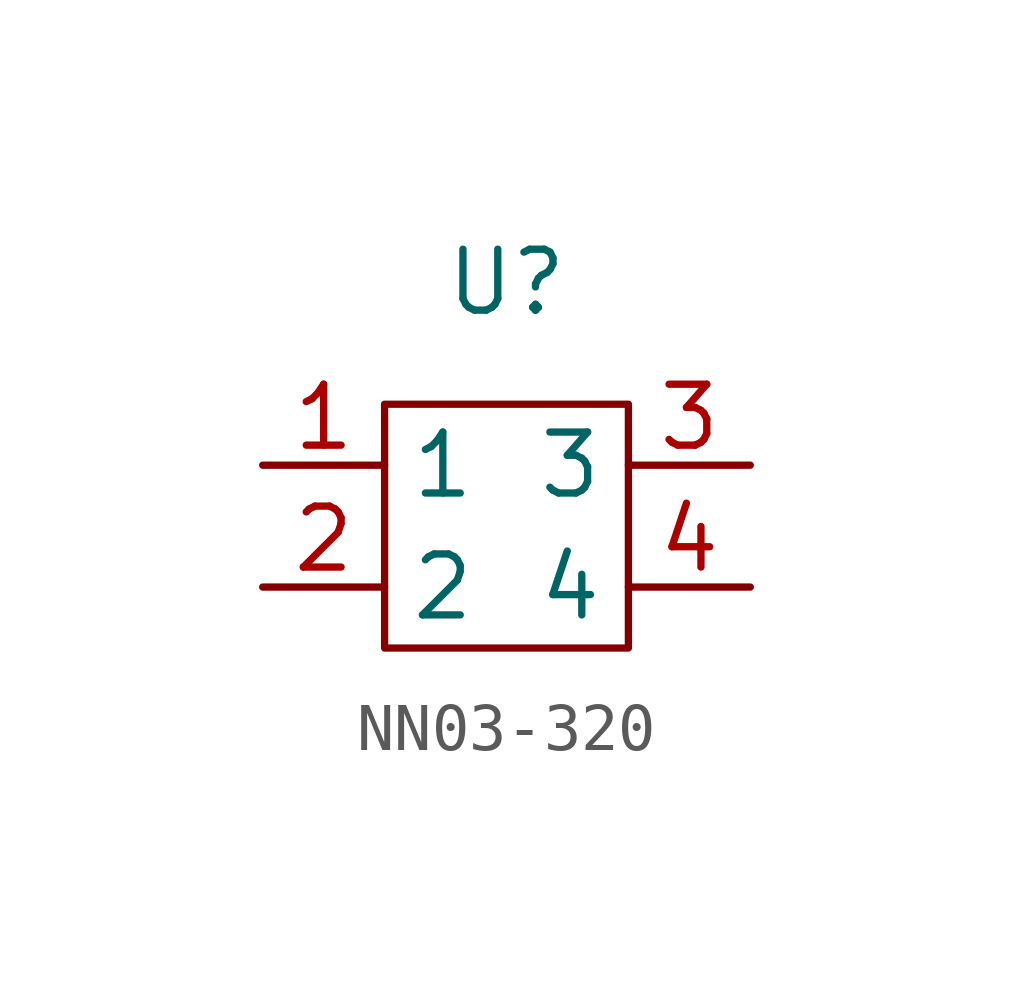
<source format=kicad_sym>
(kicad_symbol_lib
  (version 20231120)
  (generator "kicad_symbol_editor")
  (generator_version "8.0")
  (symbol "NN03-320"
    (property "Reference" "U"
      (at 0 5.08 0)
      (effects (font (size 1.27 1.27))))
    (property "Value" ""
      (at 0 0 0)
      (effects (font (size 1.27 1.27))))
    (symbol "NN03-320_0_1"
      (rectangle (start -2.54 2.54) (end 2.54 -2.54) (stroke (width 0) (type default)) (fill (type none))))
    (symbol "NN03-320_1_1"
      (pin passive line (at -5.08 1.27 0) (length 2.54) (name "1" (effects (font (size 1.27 1.27)))) (number "1" (effects (font (size 1.27 1.27)))))
      (pin passive line (at -5.08 -1.27 0) (length 2.54) (name "2" (effects (font (size 1.27 1.27)))) (number "2" (effects (font (size 1.27 1.27)))))
      (pin passive line (at 5.08 1.27 180) (length 2.54) (name "3" (effects (font (size 1.27 1.27)))) (number "3" (effects (font (size 1.27 1.27)))))
      (pin passive line (at 5.08 -1.27 180) (length 2.54) (name "4" (effects (font (size 1.27 1.27)))) (number "4" (effects (font (size 1.27 1.27))))))))
</source>
